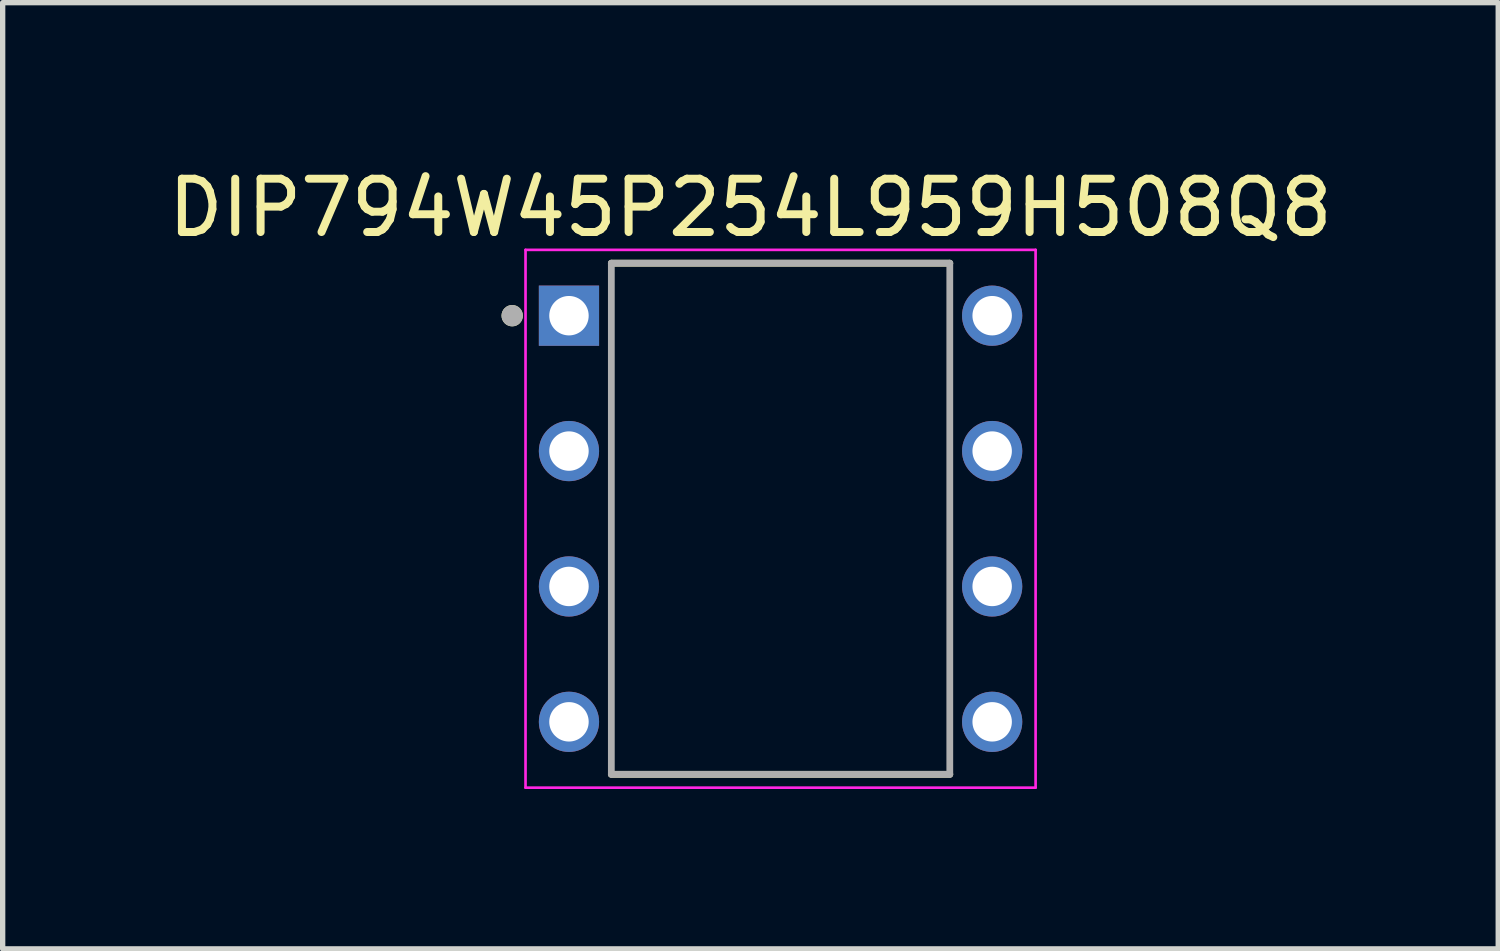
<source format=kicad_pcb>
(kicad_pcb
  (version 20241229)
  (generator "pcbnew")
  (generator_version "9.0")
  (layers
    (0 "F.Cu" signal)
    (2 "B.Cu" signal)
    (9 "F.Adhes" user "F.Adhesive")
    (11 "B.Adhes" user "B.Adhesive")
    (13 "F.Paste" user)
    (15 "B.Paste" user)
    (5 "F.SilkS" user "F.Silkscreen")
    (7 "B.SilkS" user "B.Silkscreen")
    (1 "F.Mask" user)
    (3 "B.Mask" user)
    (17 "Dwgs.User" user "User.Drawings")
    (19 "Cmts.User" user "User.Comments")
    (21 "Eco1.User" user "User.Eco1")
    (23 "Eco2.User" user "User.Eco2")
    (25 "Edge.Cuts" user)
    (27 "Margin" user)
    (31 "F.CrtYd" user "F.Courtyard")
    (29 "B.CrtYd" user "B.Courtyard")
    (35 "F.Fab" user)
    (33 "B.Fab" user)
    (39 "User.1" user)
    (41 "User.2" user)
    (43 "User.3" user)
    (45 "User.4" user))
  (footprint "DIP794W45P254L959H508Q8"
    (layer "F.Cu")
    (at 11.595 6.683)
    (property "Reference" "DIP794W45P254L959H508Q8" (at -0.565 -5.835 0) (layer "F.SilkS") (effects (font (size 1 1) (thickness 0.15))))
    (attr through_hole)
    (fp_line (start -3.175 -4.795) (end 3.175 -4.795) (stroke (width 0.127) (type solid)) (layer "F.SilkS"))
    (fp_line (start -3.175 4.795) (end 3.175 4.795) (stroke (width 0.127) (type solid)) (layer "F.SilkS"))
    (fp_circle (center -5.035 -3.81) (end -4.935 -3.81) (stroke (width 0.2) (type solid)) (fill no) (layer "F.SilkS"))
    (fp_line (start -4.785 -5.045) (end -4.785 5.045) (stroke (width 0.05) (type solid)) (layer "F.CrtYd"))
    (fp_line (start 4.785 -5.045) (end -4.785 -5.045) (stroke (width 0.05) (type solid)) (layer "F.CrtYd"))
    (fp_line (start 4.785 -5.045) (end 4.785 5.045) (stroke (width 0.05) (type solid)) (layer "F.CrtYd"))
    (fp_line (start 4.785 5.045) (end -4.785 5.045) (stroke (width 0.05) (type solid)) (layer "F.CrtYd"))
    (fp_line (start -3.175 -4.795) (end -3.175 4.795) (stroke (width 0.127) (type solid)) (layer "F.Fab"))
    (fp_line (start -3.175 -4.795) (end 3.175 -4.795) (stroke (width 0.127) (type solid)) (layer "F.Fab"))
    (fp_line (start -3.175 4.795) (end 3.175 4.795) (stroke (width 0.127) (type solid)) (layer "F.Fab"))
    (fp_line (start 3.175 -4.795) (end 3.175 4.795) (stroke (width 0.127) (type solid)) (layer "F.Fab"))
    (fp_circle (center -5.035 -3.81) (end -4.935 -3.81) (stroke (width 0.2) (type solid)) (fill no) (layer "F.Fab"))
    (pad "1" thru_hole rect (at -3.97 -3.81) (size 1.13 1.13) (drill 0.74) (layers "*.Cu" "*.Mask"))
    (pad "2" thru_hole circle (at -3.97 -1.27) (size 1.13 1.13) (drill 0.74) (layers "*.Cu" "*.Mask"))
    (pad "3" thru_hole circle (at -3.97 1.27) (size 1.13 1.13) (drill 0.74) (layers "*.Cu" "*.Mask"))
    (pad "4" thru_hole circle (at -3.97 3.81) (size 1.13 1.13) (drill 0.74) (layers "*.Cu" "*.Mask"))
    (pad "5" thru_hole circle (at 3.97 3.81) (size 1.13 1.13) (drill 0.74) (layers "*.Cu" "*.Mask"))
    (pad "6" thru_hole circle (at 3.97 1.27) (size 1.13 1.13) (drill 0.74) (layers "*.Cu" "*.Mask"))
    (pad "7" thru_hole circle (at 3.97 -1.27) (size 1.13 1.13) (drill 0.74) (layers "*.Cu" "*.Mask"))
    (pad "8" thru_hole circle (at 3.97 -3.81) (size 1.13 1.13) (drill 0.74) (layers "*.Cu" "*.Mask")))
  (gr_rect
    (start -3 -3)
    (end 25.06 14.753)
    (stroke (width 0.1) (type default))
    (fill no)
    (layer "Edge.Cuts")))
</source>
